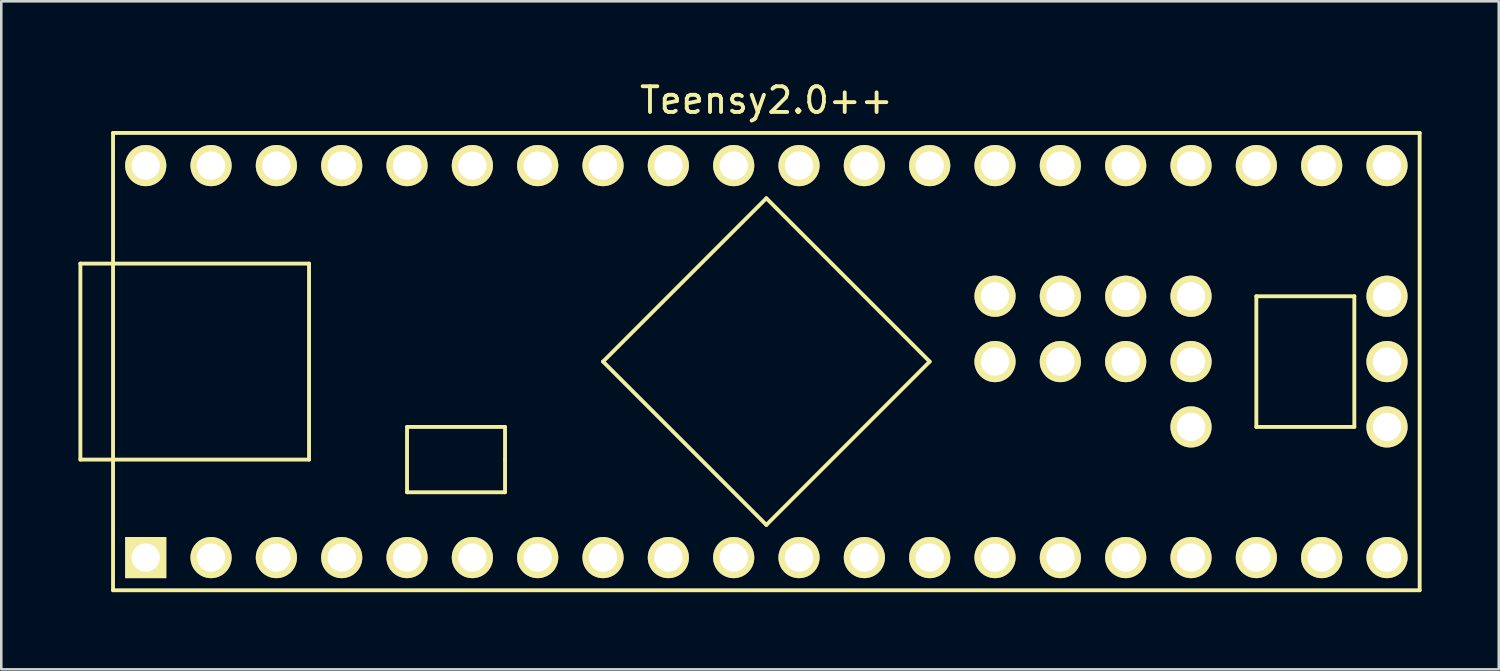
<source format=kicad_pcb>
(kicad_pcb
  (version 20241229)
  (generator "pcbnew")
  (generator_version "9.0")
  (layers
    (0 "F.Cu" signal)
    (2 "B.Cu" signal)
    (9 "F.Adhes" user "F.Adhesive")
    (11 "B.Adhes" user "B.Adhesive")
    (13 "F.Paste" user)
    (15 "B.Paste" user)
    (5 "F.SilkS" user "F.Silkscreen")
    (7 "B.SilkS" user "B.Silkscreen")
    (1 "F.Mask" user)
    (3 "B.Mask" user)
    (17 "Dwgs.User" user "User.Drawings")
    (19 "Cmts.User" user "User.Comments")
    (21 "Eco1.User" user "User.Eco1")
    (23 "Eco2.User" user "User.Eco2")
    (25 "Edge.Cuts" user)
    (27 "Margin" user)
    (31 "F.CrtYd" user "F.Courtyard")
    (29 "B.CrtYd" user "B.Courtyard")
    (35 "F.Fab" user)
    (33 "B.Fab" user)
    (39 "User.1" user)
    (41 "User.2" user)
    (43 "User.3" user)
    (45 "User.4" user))
  (footprint "Teensy2.0++"
    (layer "F.Cu")
    (at 26.745 11.008)
    (property "Reference" "Teensy2.0++" (at 0 -10.16 0) (layer "F.SilkS") (effects (font (size 1 1) (thickness 0.15))))
    (attr through_hole)
    (fp_line (start -26.67 -3.81) (end -26.67 3.81) (stroke (width 0.15) (type solid)) (layer "F.SilkS"))
    (fp_line (start -25.4 -8.89) (end 25.4 -8.89) (stroke (width 0.15) (type solid)) (layer "F.SilkS"))
    (fp_line (start -25.4 8.89) (end -25.4 -8.89) (stroke (width 0.15) (type solid)) (layer "F.SilkS"))
    (fp_line (start -17.78 -3.81) (end -26.67 -3.81) (stroke (width 0.15) (type solid)) (layer "F.SilkS"))
    (fp_line (start -17.78 3.81) (end -26.67 3.81) (stroke (width 0.15) (type solid)) (layer "F.SilkS"))
    (fp_line (start -17.78 3.81) (end -17.78 -3.81) (stroke (width 0.15) (type solid)) (layer "F.SilkS"))
    (fp_line (start -13.97 2.54) (end -13.97 5.08) (stroke (width 0.15) (type solid)) (layer "F.SilkS"))
    (fp_line (start -13.97 5.08) (end -10.16 5.08) (stroke (width 0.15) (type solid)) (layer "F.SilkS"))
    (fp_line (start -10.16 2.54) (end -13.97 2.54) (stroke (width 0.15) (type solid)) (layer "F.SilkS"))
    (fp_line (start -10.16 3.81) (end -10.16 2.54) (stroke (width 0.15) (type solid)) (layer "F.SilkS"))
    (fp_line (start -10.16 5.08) (end -10.16 3.81) (stroke (width 0.15) (type solid)) (layer "F.SilkS"))
    (fp_line (start -6.35 0) (end 0 -6.35) (stroke (width 0.15) (type solid)) (layer "F.SilkS"))
    (fp_line (start 0 -6.35) (end 6.35 0) (stroke (width 0.15) (type solid)) (layer "F.SilkS"))
    (fp_line (start 0 6.35) (end -6.35 0) (stroke (width 0.15) (type solid)) (layer "F.SilkS"))
    (fp_line (start 6.35 0) (end 0 6.35) (stroke (width 0.15) (type solid)) (layer "F.SilkS"))
    (fp_line (start 19.05 -2.54) (end 22.86 -2.54) (stroke (width 0.15) (type solid)) (layer "F.SilkS"))
    (fp_line (start 19.05 2.54) (end 19.05 -2.54) (stroke (width 0.15) (type solid)) (layer "F.SilkS"))
    (fp_line (start 22.86 -2.54) (end 22.86 2.54) (stroke (width 0.15) (type solid)) (layer "F.SilkS"))
    (fp_line (start 22.86 2.54) (end 19.05 2.54) (stroke (width 0.15) (type solid)) (layer "F.SilkS"))
    (fp_line (start 25.4 -8.89) (end 25.4 8.89) (stroke (width 0.15) (type solid)) (layer "F.SilkS"))
    (fp_line (start 25.4 8.89) (end -25.4 8.89) (stroke (width 0.15) (type solid)) (layer "F.SilkS"))
    (pad "1" thru_hole rect (at -24.13 7.62) (size 1.6 1.6) (drill 1.1) (layers "*.Cu" "*.Mask" "F.SilkS"))
    (pad "2" thru_hole circle (at -21.59 7.62) (size 1.6 1.6) (drill 1.1) (layers "*.Cu" "*.Mask" "F.SilkS"))
    (pad "3" thru_hole circle (at -19.05 7.62) (size 1.6 1.6) (drill 1.1) (layers "*.Cu" "*.Mask" "F.SilkS"))
    (pad "4" thru_hole circle (at -16.51 7.62) (size 1.6 1.6) (drill 1.1) (layers "*.Cu" "*.Mask" "F.SilkS"))
    (pad "5" thru_hole circle (at -13.97 7.62) (size 1.6 1.6) (drill 1.1) (layers "*.Cu" "*.Mask" "F.SilkS"))
    (pad "6" thru_hole circle (at -11.43 7.62) (size 1.6 1.6) (drill 1.1) (layers "*.Cu" "*.Mask" "F.SilkS"))
    (pad "7" thru_hole circle (at -8.89 7.62) (size 1.6 1.6) (drill 1.1) (layers "*.Cu" "*.Mask" "F.SilkS"))
    (pad "8" thru_hole circle (at -6.35 7.62) (size 1.6 1.6) (drill 1.1) (layers "*.Cu" "*.Mask" "F.SilkS"))
    (pad "9" thru_hole circle (at -3.81 7.62) (size 1.6 1.6) (drill 1.1) (layers "*.Cu" "*.Mask" "F.SilkS"))
    (pad "10" thru_hole circle (at -1.27 7.62) (size 1.6 1.6) (drill 1.1) (layers "*.Cu" "*.Mask" "F.SilkS"))
    (pad "11" thru_hole circle (at 1.27 7.62) (size 1.6 1.6) (drill 1.1) (layers "*.Cu" "*.Mask" "F.SilkS"))
    (pad "12" thru_hole circle (at 3.81 7.62) (size 1.6 1.6) (drill 1.1) (layers "*.Cu" "*.Mask" "F.SilkS"))
    (pad "13" thru_hole circle (at 6.35 7.62) (size 1.6 1.6) (drill 1.1) (layers "*.Cu" "*.Mask" "F.SilkS"))
    (pad "14" thru_hole circle (at 8.89 7.62) (size 1.6 1.6) (drill 1.1) (layers "*.Cu" "*.Mask" "F.SilkS"))
    (pad "15" thru_hole circle (at 11.43 7.62) (size 1.6 1.6) (drill 1.1) (layers "*.Cu" "*.Mask" "F.SilkS"))
    (pad "16" thru_hole circle (at 13.97 7.62) (size 1.6 1.6) (drill 1.1) (layers "*.Cu" "*.Mask" "F.SilkS"))
    (pad "17" thru_hole circle (at 16.51 7.62) (size 1.6 1.6) (drill 1.1) (layers "*.Cu" "*.Mask" "F.SilkS"))
    (pad "18" thru_hole circle (at 19.05 7.62) (size 1.6 1.6) (drill 1.1) (layers "*.Cu" "*.Mask" "F.SilkS"))
    (pad "19" thru_hole circle (at 21.59 7.62) (size 1.6 1.6) (drill 1.1) (layers "*.Cu" "*.Mask" "F.SilkS"))
    (pad "20" thru_hole circle (at 24.13 7.62) (size 1.6 1.6) (drill 1.1) (layers "*.Cu" "*.Mask" "F.SilkS"))
    (pad "21" thru_hole circle (at 24.13 2.54) (size 1.6 1.6) (drill 1.1) (layers "*.Cu" "*.Mask" "F.SilkS"))
    (pad "22" thru_hole circle (at 24.13 0) (size 1.6 1.6) (drill 1.1) (layers "*.Cu" "*.Mask" "F.SilkS"))
    (pad "23" thru_hole circle (at 24.13 -2.54) (size 1.6 1.6) (drill 1.1) (layers "*.Cu" "*.Mask" "F.SilkS"))
    (pad "24" thru_hole circle (at 24.13 -7.62) (size 1.6 1.6) (drill 1.1) (layers "*.Cu" "*.Mask" "F.SilkS"))
    (pad "25" thru_hole circle (at 21.59 -7.62) (size 1.6 1.6) (drill 1.1) (layers "*.Cu" "*.Mask" "F.SilkS"))
    (pad "26" thru_hole circle (at 19.05 -7.62) (size 1.6 1.6) (drill 1.1) (layers "*.Cu" "*.Mask" "F.SilkS"))
    (pad "27" thru_hole circle (at 16.51 -7.62) (size 1.6 1.6) (drill 1.1) (layers "*.Cu" "*.Mask" "F.SilkS"))
    (pad "28" thru_hole circle (at 13.97 -7.62) (size 1.6 1.6) (drill 1.1) (layers "*.Cu" "*.Mask" "F.SilkS"))
    (pad "29" thru_hole circle (at 11.43 -7.62) (size 1.6 1.6) (drill 1.1) (layers "*.Cu" "*.Mask" "F.SilkS"))
    (pad "30" thru_hole circle (at 8.89 -7.62) (size 1.6 1.6) (drill 1.1) (layers "*.Cu" "*.Mask" "F.SilkS"))
    (pad "31" thru_hole circle (at 6.35 -7.62) (size 1.6 1.6) (drill 1.1) (layers "*.Cu" "*.Mask" "F.SilkS"))
    (pad "32" thru_hole circle (at 3.81 -7.62) (size 1.6 1.6) (drill 1.1) (layers "*.Cu" "*.Mask" "F.SilkS"))
    (pad "33" thru_hole circle (at 1.27 -7.62) (size 1.6 1.6) (drill 1.1) (layers "*.Cu" "*.Mask" "F.SilkS"))
    (pad "34" thru_hole circle (at -1.27 -7.62) (size 1.6 1.6) (drill 1.1) (layers "*.Cu" "*.Mask" "F.SilkS"))
    (pad "35" thru_hole circle (at -3.81 -7.62) (size 1.6 1.6) (drill 1.1) (layers "*.Cu" "*.Mask" "F.SilkS"))
    (pad "36" thru_hole circle (at -6.35 -7.62) (size 1.6 1.6) (drill 1.1) (layers "*.Cu" "*.Mask" "F.SilkS"))
    (pad "37" thru_hole circle (at -8.89 -7.62) (size 1.6 1.6) (drill 1.1) (layers "*.Cu" "*.Mask" "F.SilkS"))
    (pad "38" thru_hole circle (at -11.43 -7.62) (size 1.6 1.6) (drill 1.1) (layers "*.Cu" "*.Mask" "F.SilkS"))
    (pad "39" thru_hole circle (at -13.97 -7.62) (size 1.6 1.6) (drill 1.1) (layers "*.Cu" "*.Mask" "F.SilkS"))
    (pad "40" thru_hole circle (at -16.51 -7.62) (size 1.6 1.6) (drill 1.1) (layers "*.Cu" "*.Mask" "F.SilkS"))
    (pad "41" thru_hole circle (at -19.05 -7.62) (size 1.6 1.6) (drill 1.1) (layers "*.Cu" "*.Mask" "F.SilkS"))
    (pad "42" thru_hole circle (at -21.59 -7.62) (size 1.6 1.6) (drill 1.1) (layers "*.Cu" "*.Mask" "F.SilkS"))
    (pad "43" thru_hole circle (at -24.13 -7.62) (size 1.6 1.6) (drill 1.1) (layers "*.Cu" "*.Mask" "F.SilkS"))
    (pad "44" thru_hole circle (at 8.89 -2.54) (size 1.6 1.6) (drill 1.1) (layers "*.Cu" "*.Mask" "F.SilkS"))
    (pad "45" thru_hole circle (at 11.43 -2.54) (size 1.6 1.6) (drill 1.1) (layers "*.Cu" "*.Mask" "F.SilkS"))
    (pad "46" thru_hole circle (at 13.97 -2.54) (size 1.6 1.6) (drill 1.1) (layers "*.Cu" "*.Mask" "F.SilkS"))
    (pad "47" thru_hole circle (at 16.51 -2.54) (size 1.6 1.6) (drill 1.1) (layers "*.Cu" "*.Mask" "F.SilkS"))
    (pad "48" thru_hole circle (at 8.89 0) (size 1.6 1.6) (drill 1.1) (layers "*.Cu" "*.Mask" "F.SilkS"))
    (pad "49" thru_hole circle (at 11.43 0) (size 1.6 1.6) (drill 1.1) (layers "*.Cu" "*.Mask" "F.SilkS"))
    (pad "50" thru_hole circle (at 13.97 0) (size 1.6 1.6) (drill 1.1) (layers "*.Cu" "*.Mask" "F.SilkS"))
    (pad "51" thru_hole circle (at 16.51 0) (size 1.6 1.6) (drill 1.1) (layers "*.Cu" "*.Mask" "F.SilkS"))
    (pad "52" thru_hole circle (at 16.51 2.54) (size 1.6 1.6) (drill 1.1) (layers "*.Cu" "*.Mask" "F.SilkS")))
  (gr_rect
    (start -3 -3)
    (end 55.22 22.973)
    (stroke (width 0.1) (type default))
    (fill no)
    (layer "Edge.Cuts")))
</source>
